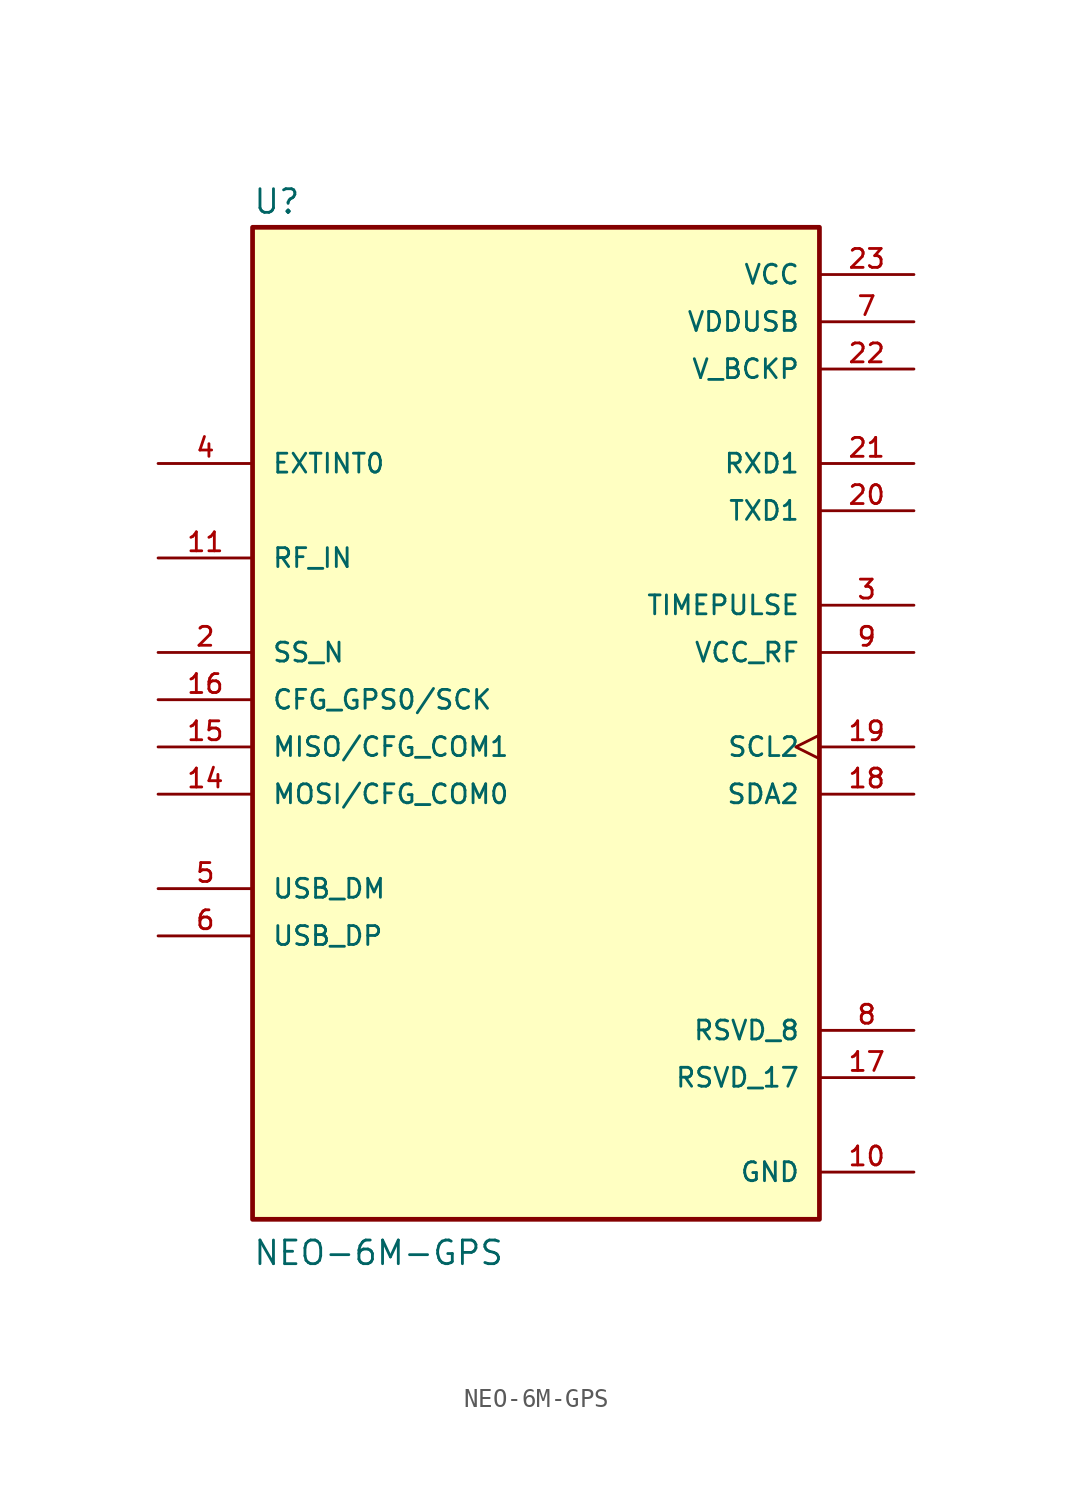
<source format=kicad_sym>
(kicad_symbol_lib
  (version 20211014)
  (generator kicad_symbol_editor)
  (symbol "NEO-6M-GPS"
    (pin_names
      (offset 1.016))
    (property "Reference" "U"
      (at -15.244 26.041 0)
      (effects (font (size 1.27 1.27)) (justify bottom left)))
    (property "Value" "NEO-6M-GPS"
      (at -15.245 -30.487 0)
      (effects (font (size 1.27 1.27)) (justify bottom left)))
    (symbol "NEO-6M-GPS_0_0"
      (rectangle (start -15.24 -27.94) (end 15.24 25.4) (stroke (width 0.254)) (fill (type background)))
      (pin input line (at -20.32 12.7 0) (length 5.08) (name "EXTINT0" (effects (font (size 1.016 1.016)))) (number "4" (effects (font (size 1.016 1.016)))))
      (pin power_in line (at 20.32 -25.4 180.0) (length 5.08) (name "GND" (effects (font (size 1.016 1.016)))) (number "10" (effects (font (size 1.016 1.016)))))
      (pin power_in line (at 20.32 -25.4 180.0) (length 5.08) hide (name "GND" (effects (font (size 1.016 1.016)))) (number "12" (effects (font (size 1.016 1.016)))))
      (pin power_in line (at 20.32 -25.4 180.0) (length 5.08) hide (name "GND" (effects (font (size 1.016 1.016)))) (number "13" (effects (font (size 1.016 1.016)))))
      (pin power_in line (at 20.32 -25.4 180.0) (length 5.08) hide (name "GND" (effects (font (size 1.016 1.016)))) (number "24" (effects (font (size 1.016 1.016)))))
      (pin input line (at -20.32 2.54 0) (length 5.08) (name "SS_N" (effects (font (size 1.016 1.016)))) (number "2" (effects (font (size 1.016 1.016)))))
      (pin bidirectional line (at -20.32 -5.08 0) (length 5.08) (name "MOSI/CFG_COM0" (effects (font (size 1.016 1.016)))) (number "14" (effects (font (size 1.016 1.016)))))
      (pin input line (at -20.32 -2.54 0) (length 5.08) (name "MISO/CFG_COM1" (effects (font (size 1.016 1.016)))) (number "15" (effects (font (size 1.016 1.016)))))
      (pin input line (at -20.32 0.0 0) (length 5.08) (name "CFG_GPS0/SCK" (effects (font (size 1.016 1.016)))) (number "16" (effects (font (size 1.016 1.016)))))
      (pin input line (at -20.32 7.62 0) (length 5.08) (name "RF_IN" (effects (font (size 1.016 1.016)))) (number "11" (effects (font (size 1.016 1.016)))))
      (pin input line (at 20.32 12.7 180.0) (length 5.08) (name "RXD1" (effects (font (size 1.016 1.016)))) (number "21" (effects (font (size 1.016 1.016)))))
      (pin bidirectional clock (at 20.32 -2.54 180.0) (length 5.08) (name "SCL2" (effects (font (size 1.016 1.016)))) (number "19" (effects (font (size 1.016 1.016)))))
      (pin bidirectional line (at 20.32 -5.08 180.0) (length 5.08) (name "SDA2" (effects (font (size 1.016 1.016)))) (number "18" (effects (font (size 1.016 1.016)))))
      (pin output line (at 20.32 5.08 180.0) (length 5.08) (name "TIMEPULSE" (effects (font (size 1.016 1.016)))) (number "3" (effects (font (size 1.016 1.016)))))
      (pin output line (at 20.32 10.16 180.0) (length 5.08) (name "TXD1" (effects (font (size 1.016 1.016)))) (number "20" (effects (font (size 1.016 1.016)))))
      (pin bidirectional line (at -20.32 -10.16 0) (length 5.08) (name "USB_DM" (effects (font (size 1.016 1.016)))) (number "5" (effects (font (size 1.016 1.016)))))
      (pin bidirectional line (at -20.32 -12.7 0) (length 5.08) (name "USB_DP" (effects (font (size 1.016 1.016)))) (number "6" (effects (font (size 1.016 1.016)))))
      (pin power_in line (at 20.32 17.78 180.0) (length 5.08) (name "V_BCKP" (effects (font (size 1.016 1.016)))) (number "22" (effects (font (size 1.016 1.016)))))
      (pin power_in line (at 20.32 22.86 180.0) (length 5.08) (name "VCC" (effects (font (size 1.016 1.016)))) (number "23" (effects (font (size 1.016 1.016)))))
      (pin output line (at 20.32 2.54 180.0) (length 5.08) (name "VCC_RF" (effects (font (size 1.016 1.016)))) (number "9" (effects (font (size 1.016 1.016)))))
      (pin power_in line (at 20.32 20.32 180.0) (length 5.08) (name "VDDUSB" (effects (font (size 1.016 1.016)))) (number "7" (effects (font (size 1.016 1.016)))))
      (pin passive line (at 20.32 -20.32 180.0) (length 5.08) (name "RSVD_17" (effects (font (size 1.016 1.016)))) (number "17" (effects (font (size 1.016 1.016)))))
      (pin passive line (at 20.32 -17.78 180.0) (length 5.08) (name "RSVD_8" (effects (font (size 1.016 1.016)))) (number "8" (effects (font (size 1.016 1.016))))))))
</source>
